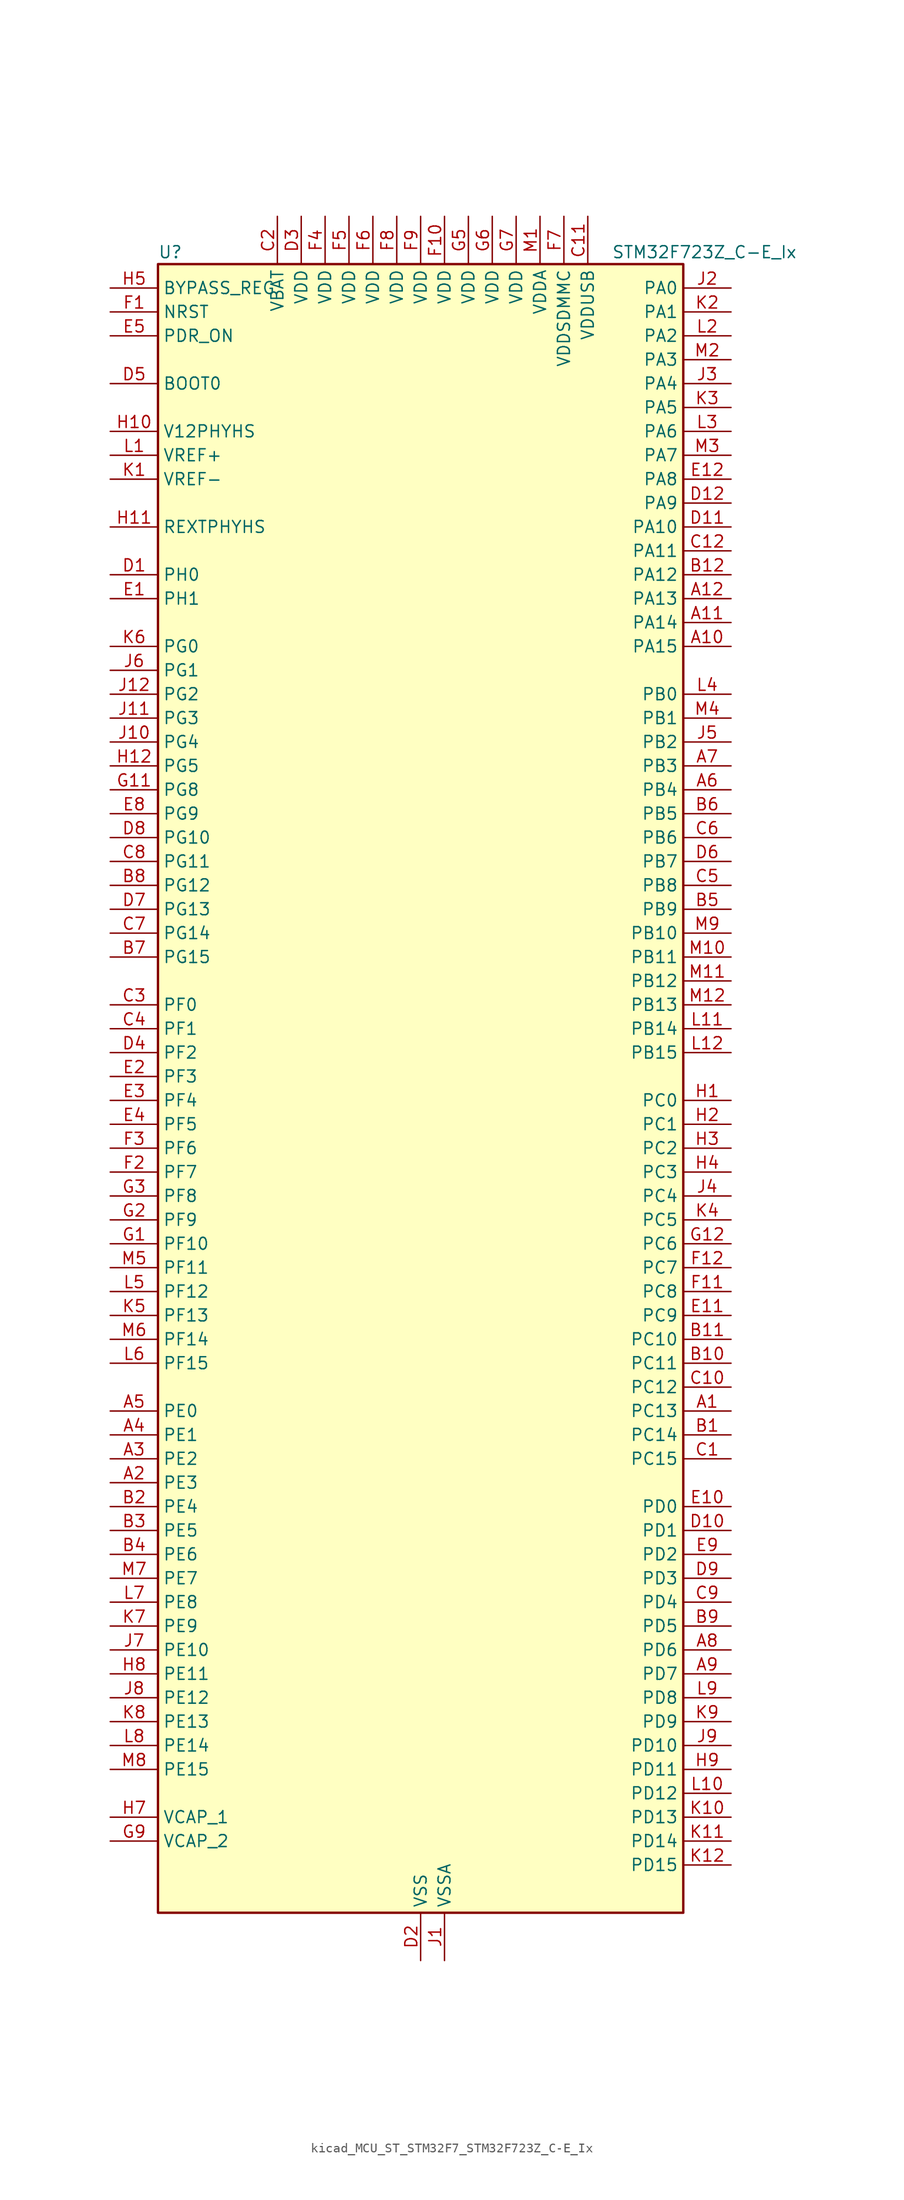
<source format=kicad_sym>
(kicad_symbol_lib
  (version 20220914)
  (generator kicad_symbol_editor)
  (symbol "kicad_MCU_ST_STM32F7_STM32F723Z_C-E_Ix"
    (property "Reference" "U"
      (at -27.94 90.17 0)
      (effects (font (size 1.27 1.27)) (justify left)))
    (property "Value" "STM32F723Z_C-E_Ix"
      (at 20.32 90.17 0)
      (effects (font (size 1.27 1.27)) (justify left)))
    (property "ki_locked" ""
      (at 0 0 0)
      (effects (font (size 1.27 1.27))))
    (symbol "kicad_MCU_ST_STM32F7_STM32F723Z_C-E_Ix_0_1"
      (rectangle (start -27.94 -86.36) (end 27.94 88.9) (stroke (width 0.254) (type default)) (fill (type background))))
    (symbol "kicad_MCU_ST_STM32F7_STM32F723Z_C-E_Ix_1_1"
      (pin bidirectional line (at 33.02 -33.02 180) (length 5.08) (name "PC13" (effects (font (size 1.27 1.27)))) (number "A1" (effects (font (size 1.27 1.27)))) (alternate "RTC_OUT" bidirectional line) (alternate "RTC_TAMP1" bidirectional line) (alternate "RTC_TS" bidirectional line) (alternate "SYS_WKUP4" bidirectional line))
      (pin bidirectional line (at 33.02 48.26 180) (length 5.08) (name "PA15" (effects (font (size 1.27 1.27)))) (number "A10" (effects (font (size 1.27 1.27)))) (alternate "I2S1_WS" bidirectional line) (alternate "I2S3_WS" bidirectional line) (alternate "SPI1_NSS" bidirectional line) (alternate "SPI3_NSS" bidirectional line) (alternate "SYS_JTDI" bidirectional line) (alternate "TIM2_CH1" bidirectional line) (alternate "TIM2_ETR" bidirectional line) (alternate "UART4_DE" bidirectional line) (alternate "UART4_RTS" bidirectional line))
      (pin bidirectional line (at 33.02 50.8 180) (length 5.08) (name "PA14" (effects (font (size 1.27 1.27)))) (number "A11" (effects (font (size 1.27 1.27)))) (alternate "SYS_JTCK-SWCLK" bidirectional line))
      (pin bidirectional line (at 33.02 53.34 180) (length 5.08) (name "PA13" (effects (font (size 1.27 1.27)))) (number "A12" (effects (font (size 1.27 1.27)))) (alternate "SYS_JTMS-SWDIO" bidirectional line))
      (pin bidirectional line (at -33.02 -40.64 0) (length 5.08) (name "PE3" (effects (font (size 1.27 1.27)))) (number "A2" (effects (font (size 1.27 1.27)))) (alternate "FMC_A19" bidirectional line) (alternate "SAI1_SD_B" bidirectional line) (alternate "SYS_TRACED0" bidirectional line))
      (pin bidirectional line (at -33.02 -38.1 0) (length 5.08) (name "PE2" (effects (font (size 1.27 1.27)))) (number "A3" (effects (font (size 1.27 1.27)))) (alternate "FMC_A23" bidirectional line) (alternate "QUADSPI_BK1_IO2" bidirectional line) (alternate "SAI1_MCLK_A" bidirectional line) (alternate "SPI4_SCK" bidirectional line) (alternate "SYS_TRACECLK" bidirectional line))
      (pin bidirectional line (at -33.02 -35.56 0) (length 5.08) (name "PE1" (effects (font (size 1.27 1.27)))) (number "A4" (effects (font (size 1.27 1.27)))) (alternate "FMC_NBL1" bidirectional line) (alternate "LPTIM1_IN2" bidirectional line) (alternate "UART8_TX" bidirectional line))
      (pin bidirectional line (at -33.02 -33.02 0) (length 5.08) (name "PE0" (effects (font (size 1.27 1.27)))) (number "A5" (effects (font (size 1.27 1.27)))) (alternate "FMC_NBL0" bidirectional line) (alternate "LPTIM1_ETR" bidirectional line) (alternate "SAI2_MCLK_A" bidirectional line) (alternate "TIM4_ETR" bidirectional line) (alternate "UART8_RX" bidirectional line))
      (pin bidirectional line (at 33.02 33.02 180) (length 5.08) (name "PB4" (effects (font (size 1.27 1.27)))) (number "A6" (effects (font (size 1.27 1.27)))) (alternate "I2S2_WS" bidirectional line) (alternate "SDMMC2_D3" bidirectional line) (alternate "SPI1_MISO" bidirectional line) (alternate "SPI2_NSS" bidirectional line) (alternate "SPI3_MISO" bidirectional line) (alternate "SYS_JTRST" bidirectional line) (alternate "TIM3_CH1" bidirectional line))
      (pin bidirectional line (at 33.02 35.56 180) (length 5.08) (name "PB3" (effects (font (size 1.27 1.27)))) (number "A7" (effects (font (size 1.27 1.27)))) (alternate "I2S1_CK" bidirectional line) (alternate "I2S3_CK" bidirectional line) (alternate "SDMMC2_D2" bidirectional line) (alternate "SPI1_SCK" bidirectional line) (alternate "SPI3_SCK" bidirectional line) (alternate "SYS_JTDO-SWO" bidirectional line) (alternate "TIM2_CH2" bidirectional line))
      (pin bidirectional line (at 33.02 -58.42 180) (length 5.08) (name "PD6" (effects (font (size 1.27 1.27)))) (number "A8" (effects (font (size 1.27 1.27)))) (alternate "FMC_NWAIT" bidirectional line) (alternate "I2S3_SD" bidirectional line) (alternate "SAI1_SD_A" bidirectional line) (alternate "SDMMC2_CK" bidirectional line) (alternate "SPI3_MOSI" bidirectional line) (alternate "USART2_RX" bidirectional line))
      (pin bidirectional line (at 33.02 -60.96 180) (length 5.08) (name "PD7" (effects (font (size 1.27 1.27)))) (number "A9" (effects (font (size 1.27 1.27)))) (alternate "FMC_NE1" bidirectional line) (alternate "SDMMC2_CMD" bidirectional line) (alternate "USART2_CK" bidirectional line))
      (pin bidirectional line (at 33.02 -35.56 180) (length 5.08) (name "PC14" (effects (font (size 1.27 1.27)))) (number "B1" (effects (font (size 1.27 1.27)))) (alternate "RCC_OSC32_IN" bidirectional line))
      (pin bidirectional line (at 33.02 -27.94 180) (length 5.08) (name "PC11" (effects (font (size 1.27 1.27)))) (number "B10" (effects (font (size 1.27 1.27)))) (alternate "ADC1_EXTI11" bidirectional line) (alternate "ADC2_EXTI11" bidirectional line) (alternate "ADC3_EXTI11" bidirectional line) (alternate "QUADSPI_BK2_NCS" bidirectional line) (alternate "SDMMC1_D3" bidirectional line) (alternate "SPI3_MISO" bidirectional line) (alternate "UART4_RX" bidirectional line) (alternate "USART3_RX" bidirectional line))
      (pin bidirectional line (at 33.02 -25.4 180) (length 5.08) (name "PC10" (effects (font (size 1.27 1.27)))) (number "B11" (effects (font (size 1.27 1.27)))) (alternate "I2S3_CK" bidirectional line) (alternate "QUADSPI_BK1_IO1" bidirectional line) (alternate "SDMMC1_D2" bidirectional line) (alternate "SPI3_SCK" bidirectional line) (alternate "UART4_TX" bidirectional line) (alternate "USART3_TX" bidirectional line))
      (pin bidirectional line (at 33.02 55.88 180) (length 5.08) (name "PA12" (effects (font (size 1.27 1.27)))) (number "B12" (effects (font (size 1.27 1.27)))) (alternate "CAN1_TX" bidirectional line) (alternate "SAI2_FS_B" bidirectional line) (alternate "TIM1_ETR" bidirectional line) (alternate "USART1_DE" bidirectional line) (alternate "USART1_RTS" bidirectional line) (alternate "USB_OTG_FS_DP" bidirectional line))
      (pin bidirectional line (at -33.02 -43.18 0) (length 5.08) (name "PE4" (effects (font (size 1.27 1.27)))) (number "B2" (effects (font (size 1.27 1.27)))) (alternate "FMC_A20" bidirectional line) (alternate "SAI1_FS_A" bidirectional line) (alternate "SPI4_NSS" bidirectional line) (alternate "SYS_TRACED1" bidirectional line))
      (pin bidirectional line (at -33.02 -45.72 0) (length 5.08) (name "PE5" (effects (font (size 1.27 1.27)))) (number "B3" (effects (font (size 1.27 1.27)))) (alternate "FMC_A21" bidirectional line) (alternate "SAI1_SCK_A" bidirectional line) (alternate "SPI4_MISO" bidirectional line) (alternate "SYS_TRACED2" bidirectional line) (alternate "TIM9_CH1" bidirectional line))
      (pin bidirectional line (at -33.02 -48.26 0) (length 5.08) (name "PE6" (effects (font (size 1.27 1.27)))) (number "B4" (effects (font (size 1.27 1.27)))) (alternate "FMC_A22" bidirectional line) (alternate "SAI1_SD_A" bidirectional line) (alternate "SAI2_MCLK_B" bidirectional line) (alternate "SPI4_MOSI" bidirectional line) (alternate "SYS_TRACED3" bidirectional line) (alternate "TIM1_BKIN2" bidirectional line) (alternate "TIM9_CH2" bidirectional line))
      (pin bidirectional line (at 33.02 20.32 180) (length 5.08) (name "PB9" (effects (font (size 1.27 1.27)))) (number "B5" (effects (font (size 1.27 1.27)))) (alternate "CAN1_TX" bidirectional line) (alternate "DAC_EXTI9" bidirectional line) (alternate "I2C1_SDA" bidirectional line) (alternate "I2S2_WS" bidirectional line) (alternate "SDMMC1_D5" bidirectional line) (alternate "SDMMC2_D5" bidirectional line) (alternate "SPI2_NSS" bidirectional line) (alternate "TIM11_CH1" bidirectional line) (alternate "TIM4_CH4" bidirectional line))
      (pin bidirectional line (at 33.02 30.48 180) (length 5.08) (name "PB5" (effects (font (size 1.27 1.27)))) (number "B6" (effects (font (size 1.27 1.27)))) (alternate "FMC_SDCKE1" bidirectional line) (alternate "I2C1_SMBA" bidirectional line) (alternate "I2S1_SD" bidirectional line) (alternate "I2S3_SD" bidirectional line) (alternate "SPI1_MOSI" bidirectional line) (alternate "SPI3_MOSI" bidirectional line) (alternate "TIM3_CH2" bidirectional line))
      (pin bidirectional line (at -33.02 15.24 0) (length 5.08) (name "PG15" (effects (font (size 1.27 1.27)))) (number "B7" (effects (font (size 1.27 1.27)))) (alternate "FMC_SDNCAS" bidirectional line) (alternate "USART6_CTS" bidirectional line))
      (pin bidirectional line (at -33.02 22.86 0) (length 5.08) (name "PG12" (effects (font (size 1.27 1.27)))) (number "B8" (effects (font (size 1.27 1.27)))) (alternate "FMC_NE4" bidirectional line) (alternate "LPTIM1_IN1" bidirectional line) (alternate "SDMMC2_D3" bidirectional line) (alternate "USART6_DE" bidirectional line) (alternate "USART6_RTS" bidirectional line))
      (pin bidirectional line (at 33.02 -55.88 180) (length 5.08) (name "PD5" (effects (font (size 1.27 1.27)))) (number "B9" (effects (font (size 1.27 1.27)))) (alternate "FMC_NWE" bidirectional line) (alternate "USART2_TX" bidirectional line))
      (pin bidirectional line (at 33.02 -38.1 180) (length 5.08) (name "PC15" (effects (font (size 1.27 1.27)))) (number "C1" (effects (font (size 1.27 1.27)))) (alternate "RCC_OSC32_OUT" bidirectional line))
      (pin bidirectional line (at 33.02 -30.48 180) (length 5.08) (name "PC12" (effects (font (size 1.27 1.27)))) (number "C10" (effects (font (size 1.27 1.27)))) (alternate "I2S3_SD" bidirectional line) (alternate "SDMMC1_CK" bidirectional line) (alternate "SPI3_MOSI" bidirectional line) (alternate "SYS_TRACED3" bidirectional line) (alternate "UART5_TX" bidirectional line) (alternate "USART3_CK" bidirectional line))
      (pin power_in line (at 17.78 93.98 270) (length 5.08) (name "VDDUSB" (effects (font (size 1.27 1.27)))) (number "C11" (effects (font (size 1.27 1.27)))))
      (pin bidirectional line (at 33.02 58.42 180) (length 5.08) (name "PA11" (effects (font (size 1.27 1.27)))) (number "C12" (effects (font (size 1.27 1.27)))) (alternate "ADC1_EXTI11" bidirectional line) (alternate "ADC2_EXTI11" bidirectional line) (alternate "ADC3_EXTI11" bidirectional line) (alternate "CAN1_RX" bidirectional line) (alternate "TIM1_CH4" bidirectional line) (alternate "USART1_CTS" bidirectional line) (alternate "USB_OTG_FS_DM" bidirectional line))
      (pin power_in line (at -15.24 93.98 270) (length 5.08) (name "VBAT" (effects (font (size 1.27 1.27)))) (number "C2" (effects (font (size 1.27 1.27)))))
      (pin bidirectional line (at -33.02 10.16 0) (length 5.08) (name "PF0" (effects (font (size 1.27 1.27)))) (number "C3" (effects (font (size 1.27 1.27)))) (alternate "FMC_A0" bidirectional line) (alternate "I2C2_SDA" bidirectional line))
      (pin bidirectional line (at -33.02 7.62 0) (length 5.08) (name "PF1" (effects (font (size 1.27 1.27)))) (number "C4" (effects (font (size 1.27 1.27)))) (alternate "FMC_A1" bidirectional line) (alternate "I2C2_SCL" bidirectional line))
      (pin bidirectional line (at 33.02 22.86 180) (length 5.08) (name "PB8" (effects (font (size 1.27 1.27)))) (number "C5" (effects (font (size 1.27 1.27)))) (alternate "CAN1_RX" bidirectional line) (alternate "I2C1_SCL" bidirectional line) (alternate "SDMMC1_D4" bidirectional line) (alternate "SDMMC2_D4" bidirectional line) (alternate "TIM10_CH1" bidirectional line) (alternate "TIM4_CH3" bidirectional line))
      (pin bidirectional line (at 33.02 27.94 180) (length 5.08) (name "PB6" (effects (font (size 1.27 1.27)))) (number "C6" (effects (font (size 1.27 1.27)))) (alternate "FMC_SDNE1" bidirectional line) (alternate "I2C1_SCL" bidirectional line) (alternate "QUADSPI_BK1_NCS" bidirectional line) (alternate "TIM4_CH1" bidirectional line) (alternate "USART1_TX" bidirectional line))
      (pin bidirectional line (at -33.02 17.78 0) (length 5.08) (name "PG14" (effects (font (size 1.27 1.27)))) (number "C7" (effects (font (size 1.27 1.27)))) (alternate "FMC_A25" bidirectional line) (alternate "LPTIM1_ETR" bidirectional line) (alternate "QUADSPI_BK2_IO3" bidirectional line) (alternate "SYS_TRACED1" bidirectional line) (alternate "USART6_TX" bidirectional line))
      (pin bidirectional line (at -33.02 25.4 0) (length 5.08) (name "PG11" (effects (font (size 1.27 1.27)))) (number "C8" (effects (font (size 1.27 1.27)))) (alternate "ADC1_EXTI11" bidirectional line) (alternate "ADC2_EXTI11" bidirectional line) (alternate "ADC3_EXTI11" bidirectional line) (alternate "FMC_INT" bidirectional line) (alternate "SDMMC2_D2" bidirectional line))
      (pin bidirectional line (at 33.02 -53.34 180) (length 5.08) (name "PD4" (effects (font (size 1.27 1.27)))) (number "C9" (effects (font (size 1.27 1.27)))) (alternate "FMC_NOE" bidirectional line) (alternate "USART2_DE" bidirectional line) (alternate "USART2_RTS" bidirectional line))
      (pin bidirectional line (at -33.02 55.88 0) (length 5.08) (name "PH0" (effects (font (size 1.27 1.27)))) (number "D1" (effects (font (size 1.27 1.27)))) (alternate "RCC_OSC_IN" bidirectional line))
      (pin bidirectional line (at 33.02 -45.72 180) (length 5.08) (name "PD1" (effects (font (size 1.27 1.27)))) (number "D10" (effects (font (size 1.27 1.27)))) (alternate "CAN1_TX" bidirectional line) (alternate "FMC_D3" bidirectional line) (alternate "FMC_DA3" bidirectional line))
      (pin bidirectional line (at 33.02 60.96 180) (length 5.08) (name "PA10" (effects (font (size 1.27 1.27)))) (number "D11" (effects (font (size 1.27 1.27)))) (alternate "TIM1_CH3" bidirectional line) (alternate "USART1_RX" bidirectional line) (alternate "USB_OTG_FS_ID" bidirectional line))
      (pin bidirectional line (at 33.02 63.5 180) (length 5.08) (name "PA9" (effects (font (size 1.27 1.27)))) (number "D12" (effects (font (size 1.27 1.27)))) (alternate "DAC_EXTI9" bidirectional line) (alternate "I2C3_SMBA" bidirectional line) (alternate "I2S2_CK" bidirectional line) (alternate "SPI2_SCK" bidirectional line) (alternate "TIM1_CH2" bidirectional line) (alternate "USART1_TX" bidirectional line) (alternate "USB_OTG_FS_VBUS" bidirectional line))
      (pin power_in line (at 0 -91.44 90) (length 5.08) (name "VSS" (effects (font (size 1.27 1.27)))) (number "D2" (effects (font (size 1.27 1.27)))))
      (pin power_in line (at -12.7 93.98 270) (length 5.08) (name "VDD" (effects (font (size 1.27 1.27)))) (number "D3" (effects (font (size 1.27 1.27)))))
      (pin bidirectional line (at -33.02 5.08 0) (length 5.08) (name "PF2" (effects (font (size 1.27 1.27)))) (number "D4" (effects (font (size 1.27 1.27)))) (alternate "FMC_A2" bidirectional line) (alternate "I2C2_SMBA" bidirectional line))
      (pin input line (at -33.02 76.2 0) (length 5.08) (name "BOOT0" (effects (font (size 1.27 1.27)))) (number "D5" (effects (font (size 1.27 1.27)))))
      (pin bidirectional line (at 33.02 25.4 180) (length 5.08) (name "PB7" (effects (font (size 1.27 1.27)))) (number "D6" (effects (font (size 1.27 1.27)))) (alternate "FMC_NL" bidirectional line) (alternate "I2C1_SDA" bidirectional line) (alternate "TIM4_CH2" bidirectional line) (alternate "USART1_RX" bidirectional line))
      (pin bidirectional line (at -33.02 20.32 0) (length 5.08) (name "PG13" (effects (font (size 1.27 1.27)))) (number "D7" (effects (font (size 1.27 1.27)))) (alternate "FMC_A24" bidirectional line) (alternate "LPTIM1_OUT" bidirectional line) (alternate "SYS_TRACED0" bidirectional line) (alternate "USART6_CTS" bidirectional line))
      (pin bidirectional line (at -33.02 27.94 0) (length 5.08) (name "PG10" (effects (font (size 1.27 1.27)))) (number "D8" (effects (font (size 1.27 1.27)))) (alternate "FMC_NE3" bidirectional line) (alternate "SAI2_SD_B" bidirectional line) (alternate "SDMMC2_D1" bidirectional line))
      (pin bidirectional line (at 33.02 -50.8 180) (length 5.08) (name "PD3" (effects (font (size 1.27 1.27)))) (number "D9" (effects (font (size 1.27 1.27)))) (alternate "FMC_CLK" bidirectional line) (alternate "I2S2_CK" bidirectional line) (alternate "SPI2_SCK" bidirectional line) (alternate "USART2_CTS" bidirectional line))
      (pin bidirectional line (at -33.02 53.34 0) (length 5.08) (name "PH1" (effects (font (size 1.27 1.27)))) (number "E1" (effects (font (size 1.27 1.27)))) (alternate "RCC_OSC_OUT" bidirectional line))
      (pin bidirectional line (at 33.02 -43.18 180) (length 5.08) (name "PD0" (effects (font (size 1.27 1.27)))) (number "E10" (effects (font (size 1.27 1.27)))) (alternate "CAN1_RX" bidirectional line) (alternate "FMC_D2" bidirectional line) (alternate "FMC_DA2" bidirectional line))
      (pin bidirectional line (at 33.02 -22.86 180) (length 5.08) (name "PC9" (effects (font (size 1.27 1.27)))) (number "E11" (effects (font (size 1.27 1.27)))) (alternate "DAC_EXTI9" bidirectional line) (alternate "I2C3_SDA" bidirectional line) (alternate "I2S_CKIN" bidirectional line) (alternate "QUADSPI_BK1_IO0" bidirectional line) (alternate "RCC_MCO_2" bidirectional line) (alternate "SDMMC1_D1" bidirectional line) (alternate "TIM3_CH4" bidirectional line) (alternate "TIM8_CH4" bidirectional line) (alternate "UART5_CTS" bidirectional line))
      (pin bidirectional line (at 33.02 66.04 180) (length 5.08) (name "PA8" (effects (font (size 1.27 1.27)))) (number "E12" (effects (font (size 1.27 1.27)))) (alternate "I2C3_SCL" bidirectional line) (alternate "RCC_MCO_1" bidirectional line) (alternate "TIM1_CH1" bidirectional line) (alternate "TIM8_BKIN2" bidirectional line) (alternate "USART1_CK" bidirectional line) (alternate "USB_OTG_FS_SOF" bidirectional line))
      (pin bidirectional line (at -33.02 2.54 0) (length 5.08) (name "PF3" (effects (font (size 1.27 1.27)))) (number "E2" (effects (font (size 1.27 1.27)))) (alternate "ADC3_IN9" bidirectional line) (alternate "FMC_A3" bidirectional line))
      (pin bidirectional line (at -33.02 0 0) (length 5.08) (name "PF4" (effects (font (size 1.27 1.27)))) (number "E3" (effects (font (size 1.27 1.27)))) (alternate "ADC3_IN14" bidirectional line) (alternate "FMC_A4" bidirectional line))
      (pin bidirectional line (at -33.02 -2.54 0) (length 5.08) (name "PF5" (effects (font (size 1.27 1.27)))) (number "E4" (effects (font (size 1.27 1.27)))) (alternate "ADC3_IN15" bidirectional line) (alternate "FMC_A5" bidirectional line))
      (pin input line (at -33.02 81.28 0) (length 5.08) (name "PDR_ON" (effects (font (size 1.27 1.27)))) (number "E5" (effects (font (size 1.27 1.27)))))
      (pin passive line (at 0 -91.44 90) (length 5.08) hide (name "VSS" (effects (font (size 1.27 1.27)))) (number "E6" (effects (font (size 1.27 1.27)))))
      (pin passive line (at 0 -91.44 90) (length 5.08) hide (name "VSS" (effects (font (size 1.27 1.27)))) (number "E7" (effects (font (size 1.27 1.27)))))
      (pin bidirectional line (at -33.02 30.48 0) (length 5.08) (name "PG9" (effects (font (size 1.27 1.27)))) (number "E8" (effects (font (size 1.27 1.27)))) (alternate "DAC_EXTI9" bidirectional line) (alternate "FMC_NCE" bidirectional line) (alternate "FMC_NE2" bidirectional line) (alternate "QUADSPI_BK2_IO2" bidirectional line) (alternate "SAI2_FS_B" bidirectional line) (alternate "SDMMC2_D0" bidirectional line) (alternate "USART6_RX" bidirectional line))
      (pin bidirectional line (at 33.02 -48.26 180) (length 5.08) (name "PD2" (effects (font (size 1.27 1.27)))) (number "E9" (effects (font (size 1.27 1.27)))) (alternate "SDMMC1_CMD" bidirectional line) (alternate "SYS_TRACED2" bidirectional line) (alternate "TIM3_ETR" bidirectional line) (alternate "UART5_RX" bidirectional line))
      (pin input line (at -33.02 83.82 0) (length 5.08) (name "NRST" (effects (font (size 1.27 1.27)))) (number "F1" (effects (font (size 1.27 1.27)))))
      (pin power_in line (at 2.54 93.98 270) (length 5.08) (name "VDD" (effects (font (size 1.27 1.27)))) (number "F10" (effects (font (size 1.27 1.27)))))
      (pin bidirectional line (at 33.02 -20.32 180) (length 5.08) (name "PC8" (effects (font (size 1.27 1.27)))) (number "F11" (effects (font (size 1.27 1.27)))) (alternate "SDMMC1_D0" bidirectional line) (alternate "SYS_TRACED1" bidirectional line) (alternate "TIM3_CH3" bidirectional line) (alternate "TIM8_CH3" bidirectional line) (alternate "UART5_DE" bidirectional line) (alternate "UART5_RTS" bidirectional line) (alternate "USART6_CK" bidirectional line))
      (pin bidirectional line (at 33.02 -17.78 180) (length 5.08) (name "PC7" (effects (font (size 1.27 1.27)))) (number "F12" (effects (font (size 1.27 1.27)))) (alternate "I2S3_MCK" bidirectional line) (alternate "SDMMC1_D7" bidirectional line) (alternate "SDMMC2_D7" bidirectional line) (alternate "TIM3_CH2" bidirectional line) (alternate "TIM8_CH2" bidirectional line) (alternate "USART6_RX" bidirectional line))
      (pin bidirectional line (at -33.02 -7.62 0) (length 5.08) (name "PF7" (effects (font (size 1.27 1.27)))) (number "F2" (effects (font (size 1.27 1.27)))) (alternate "ADC3_IN5" bidirectional line) (alternate "QUADSPI_BK1_IO2" bidirectional line) (alternate "SAI1_MCLK_B" bidirectional line) (alternate "SPI5_SCK" bidirectional line) (alternate "TIM11_CH1" bidirectional line) (alternate "UART7_TX" bidirectional line))
      (pin bidirectional line (at -33.02 -5.08 0) (length 5.08) (name "PF6" (effects (font (size 1.27 1.27)))) (number "F3" (effects (font (size 1.27 1.27)))) (alternate "ADC3_IN4" bidirectional line) (alternate "QUADSPI_BK1_IO3" bidirectional line) (alternate "SAI1_SD_B" bidirectional line) (alternate "SPI5_NSS" bidirectional line) (alternate "TIM10_CH1" bidirectional line) (alternate "UART7_RX" bidirectional line))
      (pin power_in line (at -10.16 93.98 270) (length 5.08) (name "VDD" (effects (font (size 1.27 1.27)))) (number "F4" (effects (font (size 1.27 1.27)))))
      (pin power_in line (at -7.62 93.98 270) (length 5.08) (name "VDD" (effects (font (size 1.27 1.27)))) (number "F5" (effects (font (size 1.27 1.27)))))
      (pin power_in line (at -5.08 93.98 270) (length 5.08) (name "VDD" (effects (font (size 1.27 1.27)))) (number "F6" (effects (font (size 1.27 1.27)))))
      (pin power_in line (at 15.24 93.98 270) (length 5.08) (name "VDDSDMMC" (effects (font (size 1.27 1.27)))) (number "F7" (effects (font (size 1.27 1.27)))))
      (pin power_in line (at -2.54 93.98 270) (length 5.08) (name "VDD" (effects (font (size 1.27 1.27)))) (number "F8" (effects (font (size 1.27 1.27)))))
      (pin power_in line (at 0 93.98 270) (length 5.08) (name "VDD" (effects (font (size 1.27 1.27)))) (number "F9" (effects (font (size 1.27 1.27)))))
      (pin bidirectional line (at -33.02 -15.24 0) (length 5.08) (name "PF10" (effects (font (size 1.27 1.27)))) (number "G1" (effects (font (size 1.27 1.27)))) (alternate "ADC3_IN8" bidirectional line))
      (pin passive line (at 0 -91.44 90) (length 5.08) hide (name "VSS" (effects (font (size 1.27 1.27)))) (number "G10" (effects (font (size 1.27 1.27)))))
      (pin bidirectional line (at -33.02 33.02 0) (length 5.08) (name "PG8" (effects (font (size 1.27 1.27)))) (number "G11" (effects (font (size 1.27 1.27)))) (alternate "FMC_SDCLK" bidirectional line) (alternate "USART6_DE" bidirectional line) (alternate "USART6_RTS" bidirectional line))
      (pin bidirectional line (at 33.02 -15.24 180) (length 5.08) (name "PC6" (effects (font (size 1.27 1.27)))) (number "G12" (effects (font (size 1.27 1.27)))) (alternate "I2S2_MCK" bidirectional line) (alternate "SDMMC1_D6" bidirectional line) (alternate "SDMMC2_D6" bidirectional line) (alternate "TIM3_CH1" bidirectional line) (alternate "TIM8_CH1" bidirectional line) (alternate "USART6_TX" bidirectional line))
      (pin bidirectional line (at -33.02 -12.7 0) (length 5.08) (name "PF9" (effects (font (size 1.27 1.27)))) (number "G2" (effects (font (size 1.27 1.27)))) (alternate "ADC3_IN7" bidirectional line) (alternate "DAC_EXTI9" bidirectional line) (alternate "QUADSPI_BK1_IO1" bidirectional line) (alternate "SAI1_FS_B" bidirectional line) (alternate "SPI5_MOSI" bidirectional line) (alternate "TIM14_CH1" bidirectional line) (alternate "UART7_CTS" bidirectional line))
      (pin bidirectional line (at -33.02 -10.16 0) (length 5.08) (name "PF8" (effects (font (size 1.27 1.27)))) (number "G3" (effects (font (size 1.27 1.27)))) (alternate "ADC3_IN6" bidirectional line) (alternate "QUADSPI_BK1_IO0" bidirectional line) (alternate "SAI1_SCK_B" bidirectional line) (alternate "SPI5_MISO" bidirectional line) (alternate "TIM13_CH1" bidirectional line) (alternate "UART7_DE" bidirectional line) (alternate "UART7_RTS" bidirectional line))
      (pin passive line (at 0 -91.44 90) (length 5.08) hide (name "VSS" (effects (font (size 1.27 1.27)))) (number "G4" (effects (font (size 1.27 1.27)))))
      (pin power_in line (at 5.08 93.98 270) (length 5.08) (name "VDD" (effects (font (size 1.27 1.27)))) (number "G5" (effects (font (size 1.27 1.27)))))
      (pin power_in line (at 7.62 93.98 270) (length 5.08) (name "VDD" (effects (font (size 1.27 1.27)))) (number "G6" (effects (font (size 1.27 1.27)))))
      (pin power_in line (at 10.16 93.98 270) (length 5.08) (name "VDD" (effects (font (size 1.27 1.27)))) (number "G7" (effects (font (size 1.27 1.27)))))
      (pin passive line (at 0 -91.44 90) (length 5.08) hide (name "VSS" (effects (font (size 1.27 1.27)))) (number "G8" (effects (font (size 1.27 1.27)))))
      (pin power_out line (at -33.02 -78.74 0) (length 5.08) (name "VCAP_2" (effects (font (size 1.27 1.27)))) (number "G9" (effects (font (size 1.27 1.27)))))
      (pin bidirectional line (at 33.02 0 180) (length 5.08) (name "PC0" (effects (font (size 1.27 1.27)))) (number "H1" (effects (font (size 1.27 1.27)))) (alternate "ADC1_IN10" bidirectional line) (alternate "ADC2_IN10" bidirectional line) (alternate "ADC3_IN10" bidirectional line) (alternate "FMC_SDNWE" bidirectional line) (alternate "SAI2_FS_B" bidirectional line))
      (pin power_in line (at -33.02 71.12 0) (length 5.08) (name "V12PHYHS" (effects (font (size 1.27 1.27)))) (number "H10" (effects (font (size 1.27 1.27)))))
      (pin bidirectional line (at -33.02 60.96 0) (length 5.08) (name "REXTPHYHS" (effects (font (size 1.27 1.27)))) (number "H11" (effects (font (size 1.27 1.27)))) (alternate "USB_OTG_HS_REXTPHYHS" bidirectional line))
      (pin bidirectional line (at -33.02 35.56 0) (length 5.08) (name "PG5" (effects (font (size 1.27 1.27)))) (number "H12" (effects (font (size 1.27 1.27)))) (alternate "FMC_A15" bidirectional line) (alternate "FMC_BA1" bidirectional line))
      (pin bidirectional line (at 33.02 -2.54 180) (length 5.08) (name "PC1" (effects (font (size 1.27 1.27)))) (number "H2" (effects (font (size 1.27 1.27)))) (alternate "ADC1_IN11" bidirectional line) (alternate "ADC2_IN11" bidirectional line) (alternate "ADC3_IN11" bidirectional line) (alternate "I2S2_SD" bidirectional line) (alternate "RTC_TAMP3" bidirectional line) (alternate "RTC_TS" bidirectional line) (alternate "SAI1_SD_A" bidirectional line) (alternate "SPI2_MOSI" bidirectional line) (alternate "SYS_TRACED0" bidirectional line) (alternate "SYS_WKUP3" bidirectional line))
      (pin bidirectional line (at 33.02 -5.08 180) (length 5.08) (name "PC2" (effects (font (size 1.27 1.27)))) (number "H3" (effects (font (size 1.27 1.27)))) (alternate "ADC1_IN12" bidirectional line) (alternate "ADC2_IN12" bidirectional line) (alternate "ADC3_IN12" bidirectional line) (alternate "FMC_SDNE0" bidirectional line) (alternate "SPI2_MISO" bidirectional line))
      (pin bidirectional line (at 33.02 -7.62 180) (length 5.08) (name "PC3" (effects (font (size 1.27 1.27)))) (number "H4" (effects (font (size 1.27 1.27)))) (alternate "ADC1_IN13" bidirectional line) (alternate "ADC2_IN13" bidirectional line) (alternate "ADC3_IN13" bidirectional line) (alternate "FMC_SDCKE0" bidirectional line) (alternate "I2S2_SD" bidirectional line) (alternate "SPI2_MOSI" bidirectional line))
      (pin input line (at -33.02 86.36 0) (length 5.08) (name "BYPASS_REG" (effects (font (size 1.27 1.27)))) (number "H5" (effects (font (size 1.27 1.27)))))
      (pin passive line (at 0 -91.44 90) (length 5.08) hide (name "VSS" (effects (font (size 1.27 1.27)))) (number "H6" (effects (font (size 1.27 1.27)))))
      (pin power_out line (at -33.02 -76.2 0) (length 5.08) (name "VCAP_1" (effects (font (size 1.27 1.27)))) (number "H7" (effects (font (size 1.27 1.27)))))
      (pin bidirectional line (at -33.02 -60.96 0) (length 5.08) (name "PE11" (effects (font (size 1.27 1.27)))) (number "H8" (effects (font (size 1.27 1.27)))) (alternate "ADC1_EXTI11" bidirectional line) (alternate "ADC2_EXTI11" bidirectional line) (alternate "ADC3_EXTI11" bidirectional line) (alternate "FMC_D8" bidirectional line) (alternate "FMC_DA8" bidirectional line) (alternate "SAI2_SD_B" bidirectional line) (alternate "SPI4_NSS" bidirectional line) (alternate "TIM1_CH2" bidirectional line))
      (pin bidirectional line (at 33.02 -71.12 180) (length 5.08) (name "PD11" (effects (font (size 1.27 1.27)))) (number "H9" (effects (font (size 1.27 1.27)))) (alternate "ADC1_EXTI11" bidirectional line) (alternate "ADC2_EXTI11" bidirectional line) (alternate "ADC3_EXTI11" bidirectional line) (alternate "FMC_A16" bidirectional line) (alternate "FMC_CLE" bidirectional line) (alternate "QUADSPI_BK1_IO0" bidirectional line) (alternate "SAI2_SD_A" bidirectional line) (alternate "USART3_CTS" bidirectional line))
      (pin power_in line (at 2.54 -91.44 90) (length 5.08) (name "VSSA" (effects (font (size 1.27 1.27)))) (number "J1" (effects (font (size 1.27 1.27)))))
      (pin bidirectional line (at -33.02 38.1 0) (length 5.08) (name "PG4" (effects (font (size 1.27 1.27)))) (number "J10" (effects (font (size 1.27 1.27)))) (alternate "FMC_A14" bidirectional line) (alternate "FMC_BA0" bidirectional line))
      (pin bidirectional line (at -33.02 40.64 0) (length 5.08) (name "PG3" (effects (font (size 1.27 1.27)))) (number "J11" (effects (font (size 1.27 1.27)))) (alternate "FMC_A13" bidirectional line))
      (pin bidirectional line (at -33.02 43.18 0) (length 5.08) (name "PG2" (effects (font (size 1.27 1.27)))) (number "J12" (effects (font (size 1.27 1.27)))) (alternate "FMC_A12" bidirectional line))
      (pin bidirectional line (at 33.02 86.36 180) (length 5.08) (name "PA0" (effects (font (size 1.27 1.27)))) (number "J2" (effects (font (size 1.27 1.27)))) (alternate "ADC1_IN0" bidirectional line) (alternate "ADC2_IN0" bidirectional line) (alternate "ADC3_IN0" bidirectional line) (alternate "SAI2_SD_B" bidirectional line) (alternate "SYS_WKUP1" bidirectional line) (alternate "TIM2_CH1" bidirectional line) (alternate "TIM2_ETR" bidirectional line) (alternate "TIM5_CH1" bidirectional line) (alternate "TIM8_ETR" bidirectional line) (alternate "UART4_TX" bidirectional line) (alternate "USART2_CTS" bidirectional line))
      (pin bidirectional line (at 33.02 76.2 180) (length 5.08) (name "PA4" (effects (font (size 1.27 1.27)))) (number "J3" (effects (font (size 1.27 1.27)))) (alternate "ADC1_IN4" bidirectional line) (alternate "ADC2_IN4" bidirectional line) (alternate "DAC_OUT1" bidirectional line) (alternate "I2S1_WS" bidirectional line) (alternate "I2S3_WS" bidirectional line) (alternate "SPI1_NSS" bidirectional line) (alternate "SPI3_NSS" bidirectional line) (alternate "USART2_CK" bidirectional line) (alternate "USB_OTG_HS_SOF" bidirectional line))
      (pin bidirectional line (at 33.02 -10.16 180) (length 5.08) (name "PC4" (effects (font (size 1.27 1.27)))) (number "J4" (effects (font (size 1.27 1.27)))) (alternate "ADC1_IN14" bidirectional line) (alternate "ADC2_IN14" bidirectional line) (alternate "FMC_SDNE0" bidirectional line) (alternate "I2S1_MCK" bidirectional line))
      (pin bidirectional line (at 33.02 38.1 180) (length 5.08) (name "PB2" (effects (font (size 1.27 1.27)))) (number "J5" (effects (font (size 1.27 1.27)))) (alternate "I2S3_SD" bidirectional line) (alternate "QUADSPI_CLK" bidirectional line) (alternate "SAI1_SD_A" bidirectional line) (alternate "SPI3_MOSI" bidirectional line))
      (pin bidirectional line (at -33.02 45.72 0) (length 5.08) (name "PG1" (effects (font (size 1.27 1.27)))) (number "J6" (effects (font (size 1.27 1.27)))) (alternate "FMC_A11" bidirectional line))
      (pin bidirectional line (at -33.02 -58.42 0) (length 5.08) (name "PE10" (effects (font (size 1.27 1.27)))) (number "J7" (effects (font (size 1.27 1.27)))) (alternate "FMC_D7" bidirectional line) (alternate "FMC_DA7" bidirectional line) (alternate "QUADSPI_BK2_IO3" bidirectional line) (alternate "TIM1_CH2N" bidirectional line) (alternate "UART7_CTS" bidirectional line))
      (pin bidirectional line (at -33.02 -63.5 0) (length 5.08) (name "PE12" (effects (font (size 1.27 1.27)))) (number "J8" (effects (font (size 1.27 1.27)))) (alternate "FMC_D9" bidirectional line) (alternate "FMC_DA9" bidirectional line) (alternate "SAI2_SCK_B" bidirectional line) (alternate "SPI4_SCK" bidirectional line) (alternate "TIM1_CH3N" bidirectional line))
      (pin bidirectional line (at 33.02 -68.58 180) (length 5.08) (name "PD10" (effects (font (size 1.27 1.27)))) (number "J9" (effects (font (size 1.27 1.27)))) (alternate "FMC_D15" bidirectional line) (alternate "FMC_DA15" bidirectional line) (alternate "USART3_CK" bidirectional line))
      (pin input line (at -33.02 66.04 0) (length 5.08) (name "VREF-" (effects (font (size 1.27 1.27)))) (number "K1" (effects (font (size 1.27 1.27)))))
      (pin bidirectional line (at 33.02 -76.2 180) (length 5.08) (name "PD13" (effects (font (size 1.27 1.27)))) (number "K10" (effects (font (size 1.27 1.27)))) (alternate "FMC_A18" bidirectional line) (alternate "LPTIM1_OUT" bidirectional line) (alternate "QUADSPI_BK1_IO3" bidirectional line) (alternate "SAI2_SCK_A" bidirectional line) (alternate "TIM4_CH2" bidirectional line))
      (pin bidirectional line (at 33.02 -78.74 180) (length 5.08) (name "PD14" (effects (font (size 1.27 1.27)))) (number "K11" (effects (font (size 1.27 1.27)))) (alternate "FMC_D0" bidirectional line) (alternate "FMC_DA0" bidirectional line) (alternate "TIM4_CH3" bidirectional line) (alternate "UART8_CTS" bidirectional line))
      (pin bidirectional line (at 33.02 -81.28 180) (length 5.08) (name "PD15" (effects (font (size 1.27 1.27)))) (number "K12" (effects (font (size 1.27 1.27)))) (alternate "FMC_D1" bidirectional line) (alternate "FMC_DA1" bidirectional line) (alternate "TIM4_CH4" bidirectional line) (alternate "UART8_DE" bidirectional line) (alternate "UART8_RTS" bidirectional line))
      (pin bidirectional line (at 33.02 83.82 180) (length 5.08) (name "PA1" (effects (font (size 1.27 1.27)))) (number "K2" (effects (font (size 1.27 1.27)))) (alternate "ADC1_IN1" bidirectional line) (alternate "ADC2_IN1" bidirectional line) (alternate "ADC3_IN1" bidirectional line) (alternate "QUADSPI_BK1_IO3" bidirectional line) (alternate "SAI2_MCLK_B" bidirectional line) (alternate "TIM2_CH2" bidirectional line) (alternate "TIM5_CH2" bidirectional line) (alternate "UART4_RX" bidirectional line) (alternate "USART2_DE" bidirectional line) (alternate "USART2_RTS" bidirectional line))
      (pin bidirectional line (at 33.02 73.66 180) (length 5.08) (name "PA5" (effects (font (size 1.27 1.27)))) (number "K3" (effects (font (size 1.27 1.27)))) (alternate "ADC1_IN5" bidirectional line) (alternate "ADC2_IN5" bidirectional line) (alternate "DAC_OUT2" bidirectional line) (alternate "I2S1_CK" bidirectional line) (alternate "SPI1_SCK" bidirectional line) (alternate "TIM2_CH1" bidirectional line) (alternate "TIM2_ETR" bidirectional line) (alternate "TIM8_CH1N" bidirectional line))
      (pin bidirectional line (at 33.02 -12.7 180) (length 5.08) (name "PC5" (effects (font (size 1.27 1.27)))) (number "K4" (effects (font (size 1.27 1.27)))) (alternate "ADC1_IN15" bidirectional line) (alternate "ADC2_IN15" bidirectional line) (alternate "FMC_SDCKE0" bidirectional line))
      (pin bidirectional line (at -33.02 -22.86 0) (length 5.08) (name "PF13" (effects (font (size 1.27 1.27)))) (number "K5" (effects (font (size 1.27 1.27)))) (alternate "FMC_A7" bidirectional line))
      (pin bidirectional line (at -33.02 48.26 0) (length 5.08) (name "PG0" (effects (font (size 1.27 1.27)))) (number "K6" (effects (font (size 1.27 1.27)))) (alternate "FMC_A10" bidirectional line))
      (pin bidirectional line (at -33.02 -55.88 0) (length 5.08) (name "PE9" (effects (font (size 1.27 1.27)))) (number "K7" (effects (font (size 1.27 1.27)))) (alternate "DAC_EXTI9" bidirectional line) (alternate "FMC_D6" bidirectional line) (alternate "FMC_DA6" bidirectional line) (alternate "QUADSPI_BK2_IO2" bidirectional line) (alternate "TIM1_CH1" bidirectional line) (alternate "UART7_DE" bidirectional line) (alternate "UART7_RTS" bidirectional line))
      (pin bidirectional line (at -33.02 -66.04 0) (length 5.08) (name "PE13" (effects (font (size 1.27 1.27)))) (number "K8" (effects (font (size 1.27 1.27)))) (alternate "FMC_D10" bidirectional line) (alternate "FMC_DA10" bidirectional line) (alternate "SAI2_FS_B" bidirectional line) (alternate "SPI4_MISO" bidirectional line) (alternate "TIM1_CH3" bidirectional line))
      (pin bidirectional line (at 33.02 -66.04 180) (length 5.08) (name "PD9" (effects (font (size 1.27 1.27)))) (number "K9" (effects (font (size 1.27 1.27)))) (alternate "DAC_EXTI9" bidirectional line) (alternate "FMC_D14" bidirectional line) (alternate "FMC_DA14" bidirectional line) (alternate "USART3_RX" bidirectional line))
      (pin input line (at -33.02 68.58 0) (length 5.08) (name "VREF+" (effects (font (size 1.27 1.27)))) (number "L1" (effects (font (size 1.27 1.27)))))
      (pin bidirectional line (at 33.02 -73.66 180) (length 5.08) (name "PD12" (effects (font (size 1.27 1.27)))) (number "L10" (effects (font (size 1.27 1.27)))) (alternate "FMC_A17" bidirectional line) (alternate "FMC_ALE" bidirectional line) (alternate "LPTIM1_IN1" bidirectional line) (alternate "QUADSPI_BK1_IO1" bidirectional line) (alternate "SAI2_FS_A" bidirectional line) (alternate "TIM4_CH1" bidirectional line) (alternate "USART3_DE" bidirectional line) (alternate "USART3_RTS" bidirectional line))
      (pin bidirectional line (at 33.02 7.62 180) (length 5.08) (name "PB14" (effects (font (size 1.27 1.27)))) (number "L11" (effects (font (size 1.27 1.27)))) (alternate "USB_OTG_HS_DM" bidirectional line))
      (pin bidirectional line (at 33.02 5.08 180) (length 5.08) (name "PB15" (effects (font (size 1.27 1.27)))) (number "L12" (effects (font (size 1.27 1.27)))) (alternate "USB_OTG_HS_DP" bidirectional line))
      (pin bidirectional line (at 33.02 81.28 180) (length 5.08) (name "PA2" (effects (font (size 1.27 1.27)))) (number "L2" (effects (font (size 1.27 1.27)))) (alternate "ADC1_IN2" bidirectional line) (alternate "ADC2_IN2" bidirectional line) (alternate "ADC3_IN2" bidirectional line) (alternate "SAI2_SCK_B" bidirectional line) (alternate "SYS_WKUP2" bidirectional line) (alternate "TIM2_CH3" bidirectional line) (alternate "TIM5_CH3" bidirectional line) (alternate "TIM9_CH1" bidirectional line) (alternate "USART2_TX" bidirectional line))
      (pin bidirectional line (at 33.02 71.12 180) (length 5.08) (name "PA6" (effects (font (size 1.27 1.27)))) (number "L3" (effects (font (size 1.27 1.27)))) (alternate "ADC1_IN6" bidirectional line) (alternate "ADC2_IN6" bidirectional line) (alternate "SPI1_MISO" bidirectional line) (alternate "TIM13_CH1" bidirectional line) (alternate "TIM1_BKIN" bidirectional line) (alternate "TIM3_CH1" bidirectional line) (alternate "TIM8_BKIN" bidirectional line))
      (pin bidirectional line (at 33.02 43.18 180) (length 5.08) (name "PB0" (effects (font (size 1.27 1.27)))) (number "L4" (effects (font (size 1.27 1.27)))) (alternate "ADC1_IN8" bidirectional line) (alternate "ADC2_IN8" bidirectional line) (alternate "TIM1_CH2N" bidirectional line) (alternate "TIM3_CH3" bidirectional line) (alternate "TIM8_CH2N" bidirectional line) (alternate "UART4_CTS" bidirectional line))
      (pin bidirectional line (at -33.02 -20.32 0) (length 5.08) (name "PF12" (effects (font (size 1.27 1.27)))) (number "L5" (effects (font (size 1.27 1.27)))) (alternate "FMC_A6" bidirectional line))
      (pin bidirectional line (at -33.02 -27.94 0) (length 5.08) (name "PF15" (effects (font (size 1.27 1.27)))) (number "L6" (effects (font (size 1.27 1.27)))) (alternate "FMC_A9" bidirectional line))
      (pin bidirectional line (at -33.02 -53.34 0) (length 5.08) (name "PE8" (effects (font (size 1.27 1.27)))) (number "L7" (effects (font (size 1.27 1.27)))) (alternate "FMC_D5" bidirectional line) (alternate "FMC_DA5" bidirectional line) (alternate "QUADSPI_BK2_IO1" bidirectional line) (alternate "TIM1_CH1N" bidirectional line) (alternate "UART7_TX" bidirectional line))
      (pin bidirectional line (at -33.02 -68.58 0) (length 5.08) (name "PE14" (effects (font (size 1.27 1.27)))) (number "L8" (effects (font (size 1.27 1.27)))) (alternate "FMC_D11" bidirectional line) (alternate "FMC_DA11" bidirectional line) (alternate "SAI2_MCLK_B" bidirectional line) (alternate "SPI4_MOSI" bidirectional line) (alternate "TIM1_CH4" bidirectional line))
      (pin bidirectional line (at 33.02 -63.5 180) (length 5.08) (name "PD8" (effects (font (size 1.27 1.27)))) (number "L9" (effects (font (size 1.27 1.27)))) (alternate "FMC_D13" bidirectional line) (alternate "FMC_DA13" bidirectional line) (alternate "USART3_TX" bidirectional line))
      (pin power_in line (at 12.7 93.98 270) (length 5.08) (name "VDDA" (effects (font (size 1.27 1.27)))) (number "M1" (effects (font (size 1.27 1.27)))))
      (pin bidirectional line (at 33.02 15.24 180) (length 5.08) (name "PB11" (effects (font (size 1.27 1.27)))) (number "M10" (effects (font (size 1.27 1.27)))) (alternate "ADC1_EXTI11" bidirectional line) (alternate "ADC2_EXTI11" bidirectional line) (alternate "ADC3_EXTI11" bidirectional line) (alternate "I2C2_SDA" bidirectional line) (alternate "TIM2_CH4" bidirectional line) (alternate "USART3_RX" bidirectional line))
      (pin bidirectional line (at 33.02 12.7 180) (length 5.08) (name "PB12" (effects (font (size 1.27 1.27)))) (number "M11" (effects (font (size 1.27 1.27)))) (alternate "I2C2_SMBA" bidirectional line) (alternate "I2S2_WS" bidirectional line) (alternate "SPI2_NSS" bidirectional line) (alternate "TIM1_BKIN" bidirectional line) (alternate "USART3_CK" bidirectional line) (alternate "USB_OTG_HS_ID" bidirectional line))
      (pin bidirectional line (at 33.02 10.16 180) (length 5.08) (name "PB13" (effects (font (size 1.27 1.27)))) (number "M12" (effects (font (size 1.27 1.27)))) (alternate "I2S2_CK" bidirectional line) (alternate "SPI2_SCK" bidirectional line) (alternate "TIM1_CH1N" bidirectional line) (alternate "USART3_CTS" bidirectional line) (alternate "USB_OTG_HS_VBUS" bidirectional line))
      (pin bidirectional line (at 33.02 78.74 180) (length 5.08) (name "PA3" (effects (font (size 1.27 1.27)))) (number "M2" (effects (font (size 1.27 1.27)))) (alternate "ADC1_IN3" bidirectional line) (alternate "ADC2_IN3" bidirectional line) (alternate "ADC3_IN3" bidirectional line) (alternate "TIM2_CH4" bidirectional line) (alternate "TIM5_CH4" bidirectional line) (alternate "TIM9_CH2" bidirectional line) (alternate "USART2_RX" bidirectional line))
      (pin bidirectional line (at 33.02 68.58 180) (length 5.08) (name "PA7" (effects (font (size 1.27 1.27)))) (number "M3" (effects (font (size 1.27 1.27)))) (alternate "ADC1_IN7" bidirectional line) (alternate "ADC2_IN7" bidirectional line) (alternate "FMC_SDNWE" bidirectional line) (alternate "I2S1_SD" bidirectional line) (alternate "SPI1_MOSI" bidirectional line) (alternate "TIM14_CH1" bidirectional line) (alternate "TIM1_CH1N" bidirectional line) (alternate "TIM3_CH2" bidirectional line) (alternate "TIM8_CH1N" bidirectional line))
      (pin bidirectional line (at 33.02 40.64 180) (length 5.08) (name "PB1" (effects (font (size 1.27 1.27)))) (number "M4" (effects (font (size 1.27 1.27)))) (alternate "ADC1_IN9" bidirectional line) (alternate "ADC2_IN9" bidirectional line) (alternate "TIM1_CH3N" bidirectional line) (alternate "TIM3_CH4" bidirectional line) (alternate "TIM8_CH3N" bidirectional line))
      (pin bidirectional line (at -33.02 -17.78 0) (length 5.08) (name "PF11" (effects (font (size 1.27 1.27)))) (number "M5" (effects (font (size 1.27 1.27)))) (alternate "ADC1_EXTI11" bidirectional line) (alternate "ADC2_EXTI11" bidirectional line) (alternate "ADC3_EXTI11" bidirectional line) (alternate "FMC_SDNRAS" bidirectional line) (alternate "SAI2_SD_B" bidirectional line) (alternate "SPI5_MOSI" bidirectional line))
      (pin bidirectional line (at -33.02 -25.4 0) (length 5.08) (name "PF14" (effects (font (size 1.27 1.27)))) (number "M6" (effects (font (size 1.27 1.27)))) (alternate "FMC_A8" bidirectional line))
      (pin bidirectional line (at -33.02 -50.8 0) (length 5.08) (name "PE7" (effects (font (size 1.27 1.27)))) (number "M7" (effects (font (size 1.27 1.27)))) (alternate "FMC_D4" bidirectional line) (alternate "FMC_DA4" bidirectional line) (alternate "QUADSPI_BK2_IO0" bidirectional line) (alternate "TIM1_ETR" bidirectional line) (alternate "UART7_RX" bidirectional line))
      (pin bidirectional line (at -33.02 -71.12 0) (length 5.08) (name "PE15" (effects (font (size 1.27 1.27)))) (number "M8" (effects (font (size 1.27 1.27)))) (alternate "FMC_D12" bidirectional line) (alternate "FMC_DA12" bidirectional line) (alternate "TIM1_BKIN" bidirectional line))
      (pin bidirectional line (at 33.02 17.78 180) (length 5.08) (name "PB10" (effects (font (size 1.27 1.27)))) (number "M9" (effects (font (size 1.27 1.27)))) (alternate "I2C2_SCL" bidirectional line) (alternate "I2S2_CK" bidirectional line) (alternate "SPI2_SCK" bidirectional line) (alternate "TIM2_CH3" bidirectional line) (alternate "USART3_TX" bidirectional line)))))
</source>
